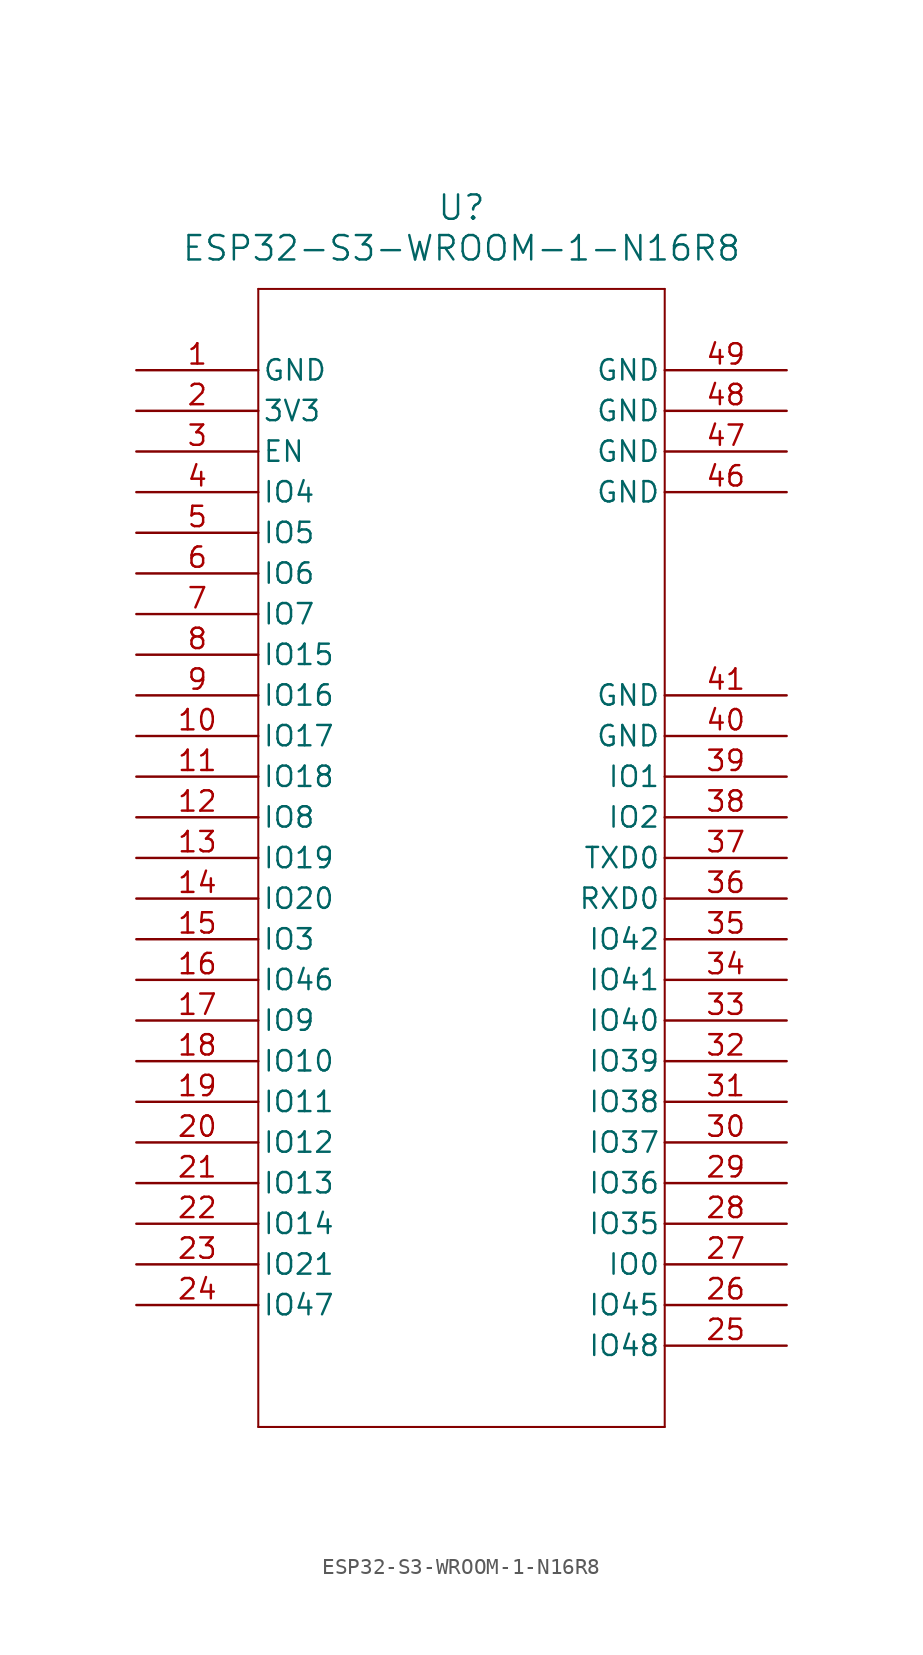
<source format=kicad_sym>
(kicad_symbol_lib
  (version 20220914)
  (generator kicad_symbol_editor)
  (symbol "ESP32-S3-WROOM-1-N16R8"
    (pin_names
      (offset 0.254))
    (property "Reference" "U"
      (at 20.32 10.16 0)
      (effects (font (size 1.524 1.524))))
    (property "Value" "ESP32-S3-WROOM-1-N16R8"
      (at 20.32 7.62 0)
      (effects (font (size 1.524 1.524))))
    (property "ki_locked" ""
      (at 0 0 0)
      (effects (font (size 1.27 1.27))))
    (symbol "ESP32-S3-WROOM-1-N16R8_0_1"
      (polyline (pts (xy 7.62 -66.04) (xy 33.02 -66.04)) (stroke (width 0.127) (type default)) (fill (type none)))
      (polyline (pts (xy 7.62 5.08) (xy 7.62 -66.04)) (stroke (width 0.127) (type default)) (fill (type none)))
      (polyline (pts (xy 33.02 -66.04) (xy 33.02 5.08)) (stroke (width 0.127) (type default)) (fill (type none)))
      (polyline (pts (xy 33.02 5.08) (xy 7.62 5.08)) (stroke (width 0.127) (type default)) (fill (type none)))
      (pin power_out line (at 0 0 0) (length 7.62) (name "GND" (effects (font (size 1.27 1.27)))) (number "1" (effects (font (size 1.27 1.27)))))
      (pin bidirectional line (at 0 -22.86 0) (length 7.62) (name "IO17" (effects (font (size 1.27 1.27)))) (number "10" (effects (font (size 1.27 1.27)))))
      (pin bidirectional line (at 0 -25.4 0) (length 7.62) (name "IO18" (effects (font (size 1.27 1.27)))) (number "11" (effects (font (size 1.27 1.27)))))
      (pin bidirectional line (at 0 -27.94 0) (length 7.62) (name "IO8" (effects (font (size 1.27 1.27)))) (number "12" (effects (font (size 1.27 1.27)))))
      (pin bidirectional line (at 0 -30.48 0) (length 7.62) (name "IO19" (effects (font (size 1.27 1.27)))) (number "13" (effects (font (size 1.27 1.27)))))
      (pin bidirectional line (at 0 -33.02 0) (length 7.62) (name "IO20" (effects (font (size 1.27 1.27)))) (number "14" (effects (font (size 1.27 1.27)))))
      (pin bidirectional line (at 0 -35.56 0) (length 7.62) (name "IO3" (effects (font (size 1.27 1.27)))) (number "15" (effects (font (size 1.27 1.27)))))
      (pin bidirectional line (at 0 -38.1 0) (length 7.62) (name "IO46" (effects (font (size 1.27 1.27)))) (number "16" (effects (font (size 1.27 1.27)))))
      (pin bidirectional line (at 0 -40.64 0) (length 7.62) (name "IO9" (effects (font (size 1.27 1.27)))) (number "17" (effects (font (size 1.27 1.27)))))
      (pin bidirectional line (at 0 -43.18 0) (length 7.62) (name "IO10" (effects (font (size 1.27 1.27)))) (number "18" (effects (font (size 1.27 1.27)))))
      (pin bidirectional line (at 0 -45.72 0) (length 7.62) (name "IO11" (effects (font (size 1.27 1.27)))) (number "19" (effects (font (size 1.27 1.27)))))
      (pin power_in line (at 0 -2.54 0) (length 7.62) (name "3V3" (effects (font (size 1.27 1.27)))) (number "2" (effects (font (size 1.27 1.27)))))
      (pin bidirectional line (at 0 -48.26 0) (length 7.62) (name "IO12" (effects (font (size 1.27 1.27)))) (number "20" (effects (font (size 1.27 1.27)))))
      (pin bidirectional line (at 0 -50.8 0) (length 7.62) (name "IO13" (effects (font (size 1.27 1.27)))) (number "21" (effects (font (size 1.27 1.27)))))
      (pin bidirectional line (at 0 -53.34 0) (length 7.62) (name "IO14" (effects (font (size 1.27 1.27)))) (number "22" (effects (font (size 1.27 1.27)))))
      (pin bidirectional line (at 0 -55.88 0) (length 7.62) (name "IO21" (effects (font (size 1.27 1.27)))) (number "23" (effects (font (size 1.27 1.27)))))
      (pin bidirectional line (at 0 -58.42 0) (length 7.62) (name "IO47" (effects (font (size 1.27 1.27)))) (number "24" (effects (font (size 1.27 1.27)))))
      (pin bidirectional line (at 40.64 -60.96 180) (length 7.62) (name "IO48" (effects (font (size 1.27 1.27)))) (number "25" (effects (font (size 1.27 1.27)))))
      (pin bidirectional line (at 40.64 -58.42 180) (length 7.62) (name "IO45" (effects (font (size 1.27 1.27)))) (number "26" (effects (font (size 1.27 1.27)))))
      (pin bidirectional line (at 40.64 -55.88 180) (length 7.62) (name "IO0" (effects (font (size 1.27 1.27)))) (number "27" (effects (font (size 1.27 1.27)))))
      (pin bidirectional line (at 40.64 -53.34 180) (length 7.62) (name "IO35" (effects (font (size 1.27 1.27)))) (number "28" (effects (font (size 1.27 1.27)))))
      (pin bidirectional line (at 40.64 -50.8 180) (length 7.62) (name "IO36" (effects (font (size 1.27 1.27)))) (number "29" (effects (font (size 1.27 1.27)))))
      (pin input line (at 0 -5.08 0) (length 7.62) (name "EN" (effects (font (size 1.27 1.27)))) (number "3" (effects (font (size 1.27 1.27)))))
      (pin bidirectional line (at 40.64 -48.26 180) (length 7.62) (name "IO37" (effects (font (size 1.27 1.27)))) (number "30" (effects (font (size 1.27 1.27)))))
      (pin bidirectional line (at 40.64 -45.72 180) (length 7.62) (name "IO38" (effects (font (size 1.27 1.27)))) (number "31" (effects (font (size 1.27 1.27)))))
      (pin bidirectional line (at 40.64 -43.18 180) (length 7.62) (name "IO39" (effects (font (size 1.27 1.27)))) (number "32" (effects (font (size 1.27 1.27)))))
      (pin bidirectional line (at 40.64 -40.64 180) (length 7.62) (name "IO40" (effects (font (size 1.27 1.27)))) (number "33" (effects (font (size 1.27 1.27)))))
      (pin bidirectional line (at 40.64 -38.1 180) (length 7.62) (name "IO41" (effects (font (size 1.27 1.27)))) (number "34" (effects (font (size 1.27 1.27)))))
      (pin bidirectional line (at 40.64 -35.56 180) (length 7.62) (name "IO42" (effects (font (size 1.27 1.27)))) (number "35" (effects (font (size 1.27 1.27)))))
      (pin bidirectional line (at 40.64 -33.02 180) (length 7.62) (name "RXD0" (effects (font (size 1.27 1.27)))) (number "36" (effects (font (size 1.27 1.27)))))
      (pin bidirectional line (at 40.64 -30.48 180) (length 7.62) (name "TXD0" (effects (font (size 1.27 1.27)))) (number "37" (effects (font (size 1.27 1.27)))))
      (pin bidirectional line (at 40.64 -27.94 180) (length 7.62) (name "IO2" (effects (font (size 1.27 1.27)))) (number "38" (effects (font (size 1.27 1.27)))))
      (pin bidirectional line (at 40.64 -25.4 180) (length 7.62) (name "IO1" (effects (font (size 1.27 1.27)))) (number "39" (effects (font (size 1.27 1.27)))))
      (pin bidirectional line (at 0 -7.62 0) (length 7.62) (name "IO4" (effects (font (size 1.27 1.27)))) (number "4" (effects (font (size 1.27 1.27)))))
      (pin power_out line (at 40.64 -22.86 180) (length 7.62) (name "GND" (effects (font (size 1.27 1.27)))) (number "40" (effects (font (size 1.27 1.27)))))
      (pin power_out line (at 40.64 -20.32 180) (length 7.62) (name "GND" (effects (font (size 1.27 1.27)))) (number "41" (effects (font (size 1.27 1.27)))))
      (pin power_out line (at 40.64 -7.62 180) (length 7.62) (name "GND" (effects (font (size 1.27 1.27)))) (number "46" (effects (font (size 1.27 1.27)))))
      (pin power_out line (at 40.64 -5.08 180) (length 7.62) (name "GND" (effects (font (size 1.27 1.27)))) (number "47" (effects (font (size 1.27 1.27)))))
      (pin power_out line (at 40.64 -2.54 180) (length 7.62) (name "GND" (effects (font (size 1.27 1.27)))) (number "48" (effects (font (size 1.27 1.27)))))
      (pin power_out line (at 40.64 0 180) (length 7.62) (name "GND" (effects (font (size 1.27 1.27)))) (number "49" (effects (font (size 1.27 1.27)))))
      (pin bidirectional line (at 0 -10.16 0) (length 7.62) (name "IO5" (effects (font (size 1.27 1.27)))) (number "5" (effects (font (size 1.27 1.27)))))
      (pin bidirectional line (at 0 -12.7 0) (length 7.62) (name "IO6" (effects (font (size 1.27 1.27)))) (number "6" (effects (font (size 1.27 1.27)))))
      (pin bidirectional line (at 0 -15.24 0) (length 7.62) (name "IO7" (effects (font (size 1.27 1.27)))) (number "7" (effects (font (size 1.27 1.27)))))
      (pin bidirectional line (at 0 -17.78 0) (length 7.62) (name "IO15" (effects (font (size 1.27 1.27)))) (number "8" (effects (font (size 1.27 1.27)))))
      (pin bidirectional line (at 0 -20.32 0) (length 7.62) (name "IO16" (effects (font (size 1.27 1.27)))) (number "9" (effects (font (size 1.27 1.27))))))))
</source>
